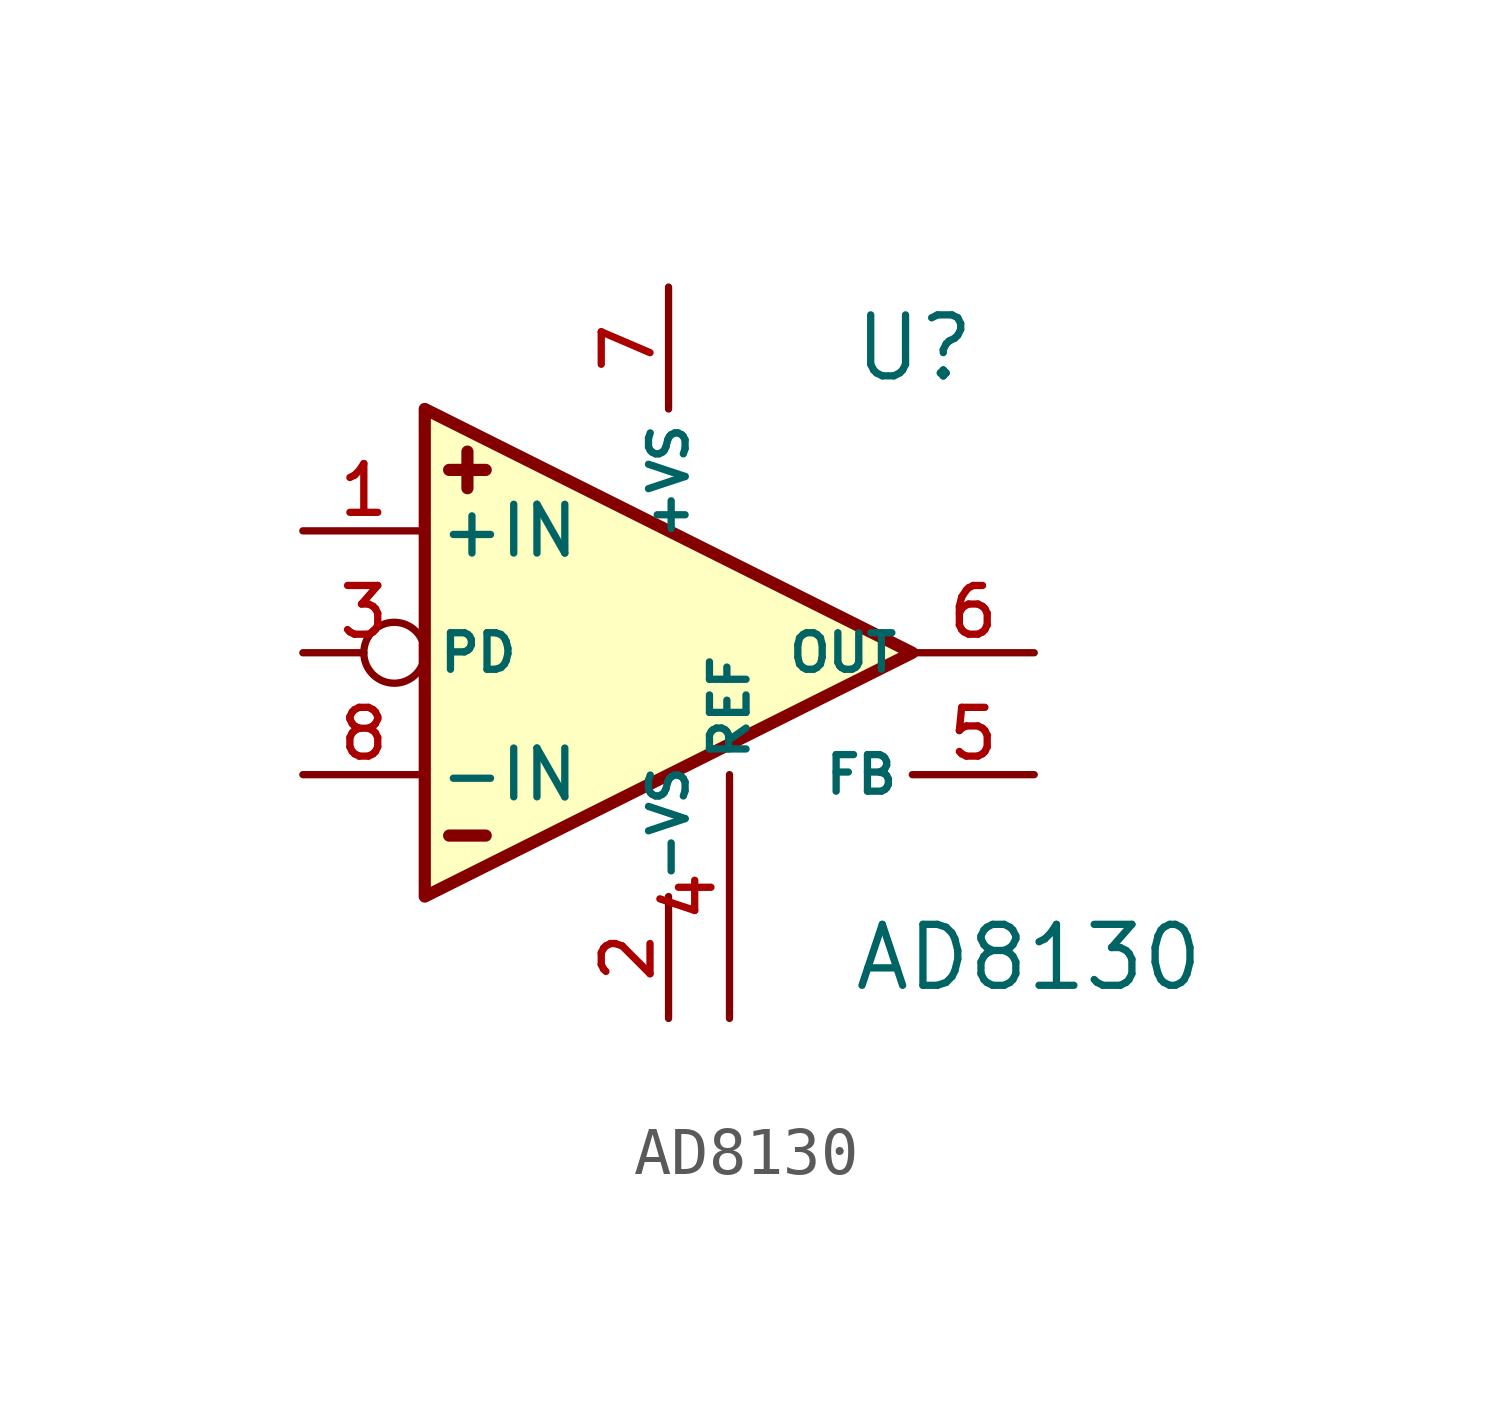
<source format=kicad_sym>
(kicad_symbol_lib
  (version 20241209)
  (generator "kicad_symbol_editor")
  (generator_version "9.0")
  (symbol "AD8130"
    (pin_names
      (offset 0.254))
    (property "Reference" "U"
      (at 3.81 6.35 0)
      (effects (font (size 1.27 1.27)) (justify left)))
    (property "Value" "AD8130"
      (at 3.81 -6.35 0)
      (effects (font (size 1.27 1.27)) (justify left)))
    (symbol "AD8130_0_1"
      (polyline (pts (xy -5.08 5.08) (xy 5.08 0) (xy -5.08 -5.08) (xy -5.08 5.08)) (stroke (width 0.254) (type default)) (fill (type background)))
      (polyline (pts (xy -4.191 3.429) (xy -4.191 4.191)) (stroke (width 0.254) (type default)) (fill (type none)))
      (polyline (pts (xy -3.81 3.81) (xy -4.572 3.81)) (stroke (width 0.254) (type default)) (fill (type none)))
      (polyline (pts (xy -3.81 -3.81) (xy -4.572 -3.81)) (stroke (width 0.254) (type default)) (fill (type none))))
    (symbol "AD8130_1_1"
      (pin input line (at -7.62 2.54 0) (length 2.54) (name "+IN" (effects (font (size 1.016 1.016)))) (number "1" (effects (font (size 1.016 1.016)))))
      (pin input inverted (at -7.62 0 0) (length 2.54) (name "PD" (effects (font (size 0.762 0.762)))) (number "3" (effects (font (size 1.016 1.016)))))
      (pin input line (at -7.62 -2.54 0) (length 2.54) (name "-IN" (effects (font (size 1.016 1.016)))) (number "8" (effects (font (size 1.016 1.016)))))
      (pin power_in line (at 0 7.62 270) (length 2.54) (name "+VS" (effects (font (size 0.762 0.762)))) (number "7" (effects (font (size 1.016 1.016)))))
      (pin power_in line (at 0 -7.62 90) (length 2.54) (name "-VS" (effects (font (size 0.762 0.762)))) (number "2" (effects (font (size 1.016 1.016)))))
      (pin input line (at 1.27 -7.62 90) (length 5.08) (name "REF" (effects (font (size 0.762 0.762)))) (number "4" (effects (font (size 1.016 1.016)))))
      (pin output line (at 7.62 0 180) (length 2.54) (name "OUT" (effects (font (size 0.762 0.762)))) (number "6" (effects (font (size 1.016 1.016)))))
      (pin input line (at 7.62 -2.54 180) (length 2.54) (name "FB" (effects (font (size 0.762 0.762)))) (number "5" (effects (font (size 1.016 1.016))))))))
</source>
